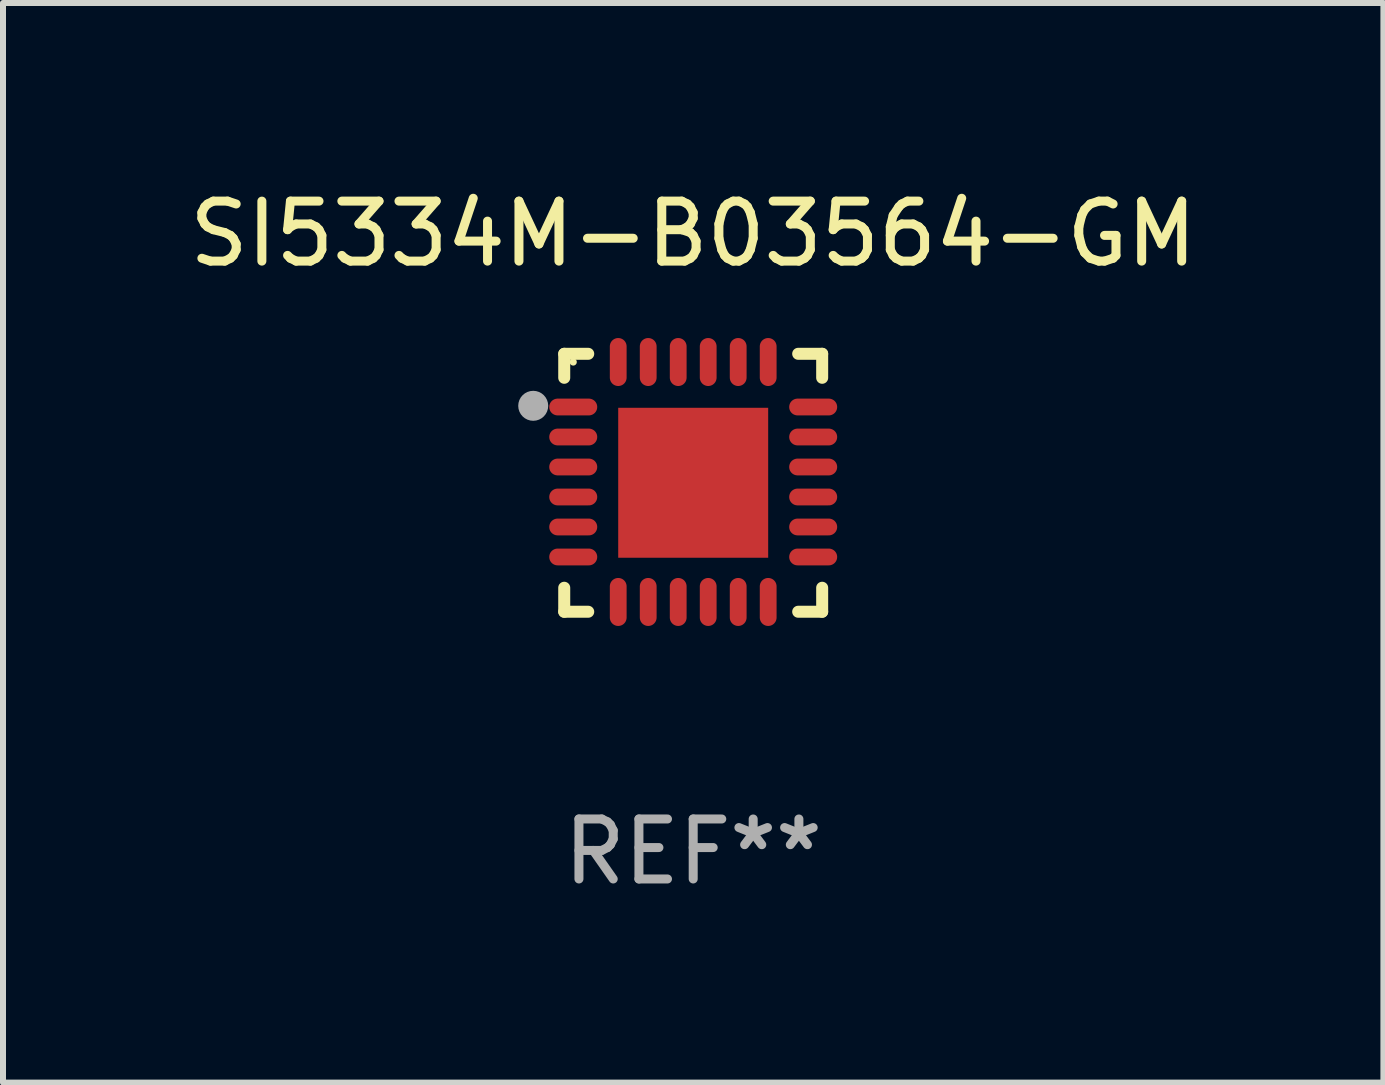
<source format=kicad_pcb>
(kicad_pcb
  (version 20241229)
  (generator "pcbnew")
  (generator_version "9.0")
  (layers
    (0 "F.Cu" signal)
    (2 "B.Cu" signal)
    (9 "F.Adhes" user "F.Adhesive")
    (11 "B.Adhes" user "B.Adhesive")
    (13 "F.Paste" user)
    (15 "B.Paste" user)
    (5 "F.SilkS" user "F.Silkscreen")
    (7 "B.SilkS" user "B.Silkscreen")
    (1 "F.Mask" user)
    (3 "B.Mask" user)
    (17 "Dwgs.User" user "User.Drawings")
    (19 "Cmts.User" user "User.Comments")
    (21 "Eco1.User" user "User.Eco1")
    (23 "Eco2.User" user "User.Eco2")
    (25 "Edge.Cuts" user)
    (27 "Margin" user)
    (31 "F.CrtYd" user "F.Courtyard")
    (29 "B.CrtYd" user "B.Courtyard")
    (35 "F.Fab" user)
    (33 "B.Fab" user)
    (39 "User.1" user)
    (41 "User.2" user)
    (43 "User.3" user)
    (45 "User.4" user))
  (footprint "SI5334M-B03564-GM"
    (layer "F.Cu")
    (at 8.506 4.998)
    (property "Reference" "SI5334M-B03564-GM" (at 0 -4.15 0) (layer "F.SilkS") (effects (font (size 1 1) (thickness 0.15))))
    (attr through_hole)
    (fp_line (start -2.15 -2.15) (end -1.75 -2.15) (stroke (width 0.2) (type solid)) (layer "F.SilkS"))
    (fp_line (start -2.15 -1.75) (end -2.15 -2.15) (stroke (width 0.2) (type solid)) (layer "F.SilkS"))
    (fp_line (start -2.15 2.15) (end -2.15 1.75) (stroke (width 0.2) (type solid)) (layer "F.SilkS"))
    (fp_line (start -1.75 2.15) (end -2.15 2.15) (stroke (width 0.2) (type solid)) (layer "F.SilkS"))
    (fp_line (start 1.75 -2.15) (end 2.15 -2.15) (stroke (width 0.2) (type solid)) (layer "F.SilkS"))
    (fp_line (start 1.75 2.15) (end 2.15 2.15) (stroke (width 0.2) (type solid)) (layer "F.SilkS"))
    (fp_line (start 2.15 -2.15) (end 2.15 -1.75) (stroke (width 0.2) (type solid)) (layer "F.SilkS"))
    (fp_line (start 2.15 2.15) (end 2.15 1.75) (stroke (width 0.2) (type solid)) (layer "F.SilkS"))
    (fp_circle (center -2 -2.013) (end -1.97 -2.013) (stroke (width 0.06) (type solid)) (fill no) (layer "F.SilkS"))
    (fp_circle (center -2.667 -1.283) (end -2.542 -1.283) (stroke (width 0.25) (type solid)) (fill no) (layer "F.Fab"))
    (fp_text user "REF**" (at 0 6.15 0) (layer "F.Fab") (effects (font (size 1 1) (thickness 0.15))))
    (pad "1" smd oval (at -2 -1.263) (size 0.8 0.28) (layers "F.Cu" "F.Mask" "F.Paste"))
    (pad "2" smd oval (at -2 -0.763) (size 0.8 0.28) (layers "F.Cu" "F.Mask" "F.Paste"))
    (pad "3" smd oval (at -2 -0.263) (size 0.8 0.28) (layers "F.Cu" "F.Mask" "F.Paste"))
    (pad "4" smd oval (at -2 0.237) (size 0.8 0.28) (layers "F.Cu" "F.Mask" "F.Paste"))
    (pad "5" smd oval (at -2 0.737) (size 0.8 0.28) (layers "F.Cu" "F.Mask" "F.Paste"))
    (pad "6" smd oval (at -2 1.237) (size 0.8 0.28) (layers "F.Cu" "F.Mask" "F.Paste"))
    (pad "7" smd oval (at -1.25 1.987) (size 0.28 0.8) (layers "F.Cu" "F.Mask" "F.Paste"))
    (pad "8" smd oval (at -0.75 1.987) (size 0.28 0.8) (layers "F.Cu" "F.Mask" "F.Paste"))
    (pad "9" smd oval (at -0.25 1.987) (size 0.28 0.8) (layers "F.Cu" "F.Mask" "F.Paste"))
    (pad "10" smd oval (at 0.25 1.987) (size 0.28 0.8) (layers "F.Cu" "F.Mask" "F.Paste"))
    (pad "11" smd oval (at 0.75 1.987) (size 0.28 0.8) (layers "F.Cu" "F.Mask" "F.Paste"))
    (pad "12" smd oval (at 1.25 1.987) (size 0.28 0.8) (layers "F.Cu" "F.Mask" "F.Paste"))
    (pad "13" smd oval (at 2 1.237) (size 0.8 0.28) (layers "F.Cu" "F.Mask" "F.Paste"))
    (pad "14" smd oval (at 2 0.737) (size 0.8 0.28) (layers "F.Cu" "F.Mask" "F.Paste"))
    (pad "15" smd oval (at 2 0.237) (size 0.8 0.28) (layers "F.Cu" "F.Mask" "F.Paste"))
    (pad "16" smd oval (at 2 -0.263) (size 0.8 0.28) (layers "F.Cu" "F.Mask" "F.Paste"))
    (pad "17" smd oval (at 2 -0.763) (size 0.8 0.28) (layers "F.Cu" "F.Mask" "F.Paste"))
    (pad "18" smd oval (at 2 -1.263) (size 0.8 0.28) (layers "F.Cu" "F.Mask" "F.Paste"))
    (pad "19" smd oval (at 1.25 -2.013) (size 0.28 0.8) (layers "F.Cu" "F.Mask" "F.Paste"))
    (pad "20" smd oval (at 0.75 -2.013) (size 0.28 0.8) (layers "F.Cu" "F.Mask" "F.Paste"))
    (pad "21" smd oval (at 0.25 -2.013) (size 0.28 0.8) (layers "F.Cu" "F.Mask" "F.Paste"))
    (pad "22" smd oval (at -0.25 -2.013) (size 0.28 0.8) (layers "F.Cu" "F.Mask" "F.Paste"))
    (pad "23" smd oval (at -0.75 -2.013) (size 0.28 0.8) (layers "F.Cu" "F.Mask" "F.Paste"))
    (pad "24" smd oval (at -1.25 -2.013) (size 0.28 0.8) (layers "F.Cu" "F.Mask" "F.Paste"))
    (pad "25" smd rect (at -0.000127 -0.00014) (size 2.5 2.5) (layers "F.Cu" "F.Mask" "F.Paste")))
  (gr_rect
    (start -3 -3)
    (end 20.012 14.997)
    (stroke (width 0.1) (type default))
    (fill no)
    (layer "Edge.Cuts")))
</source>
